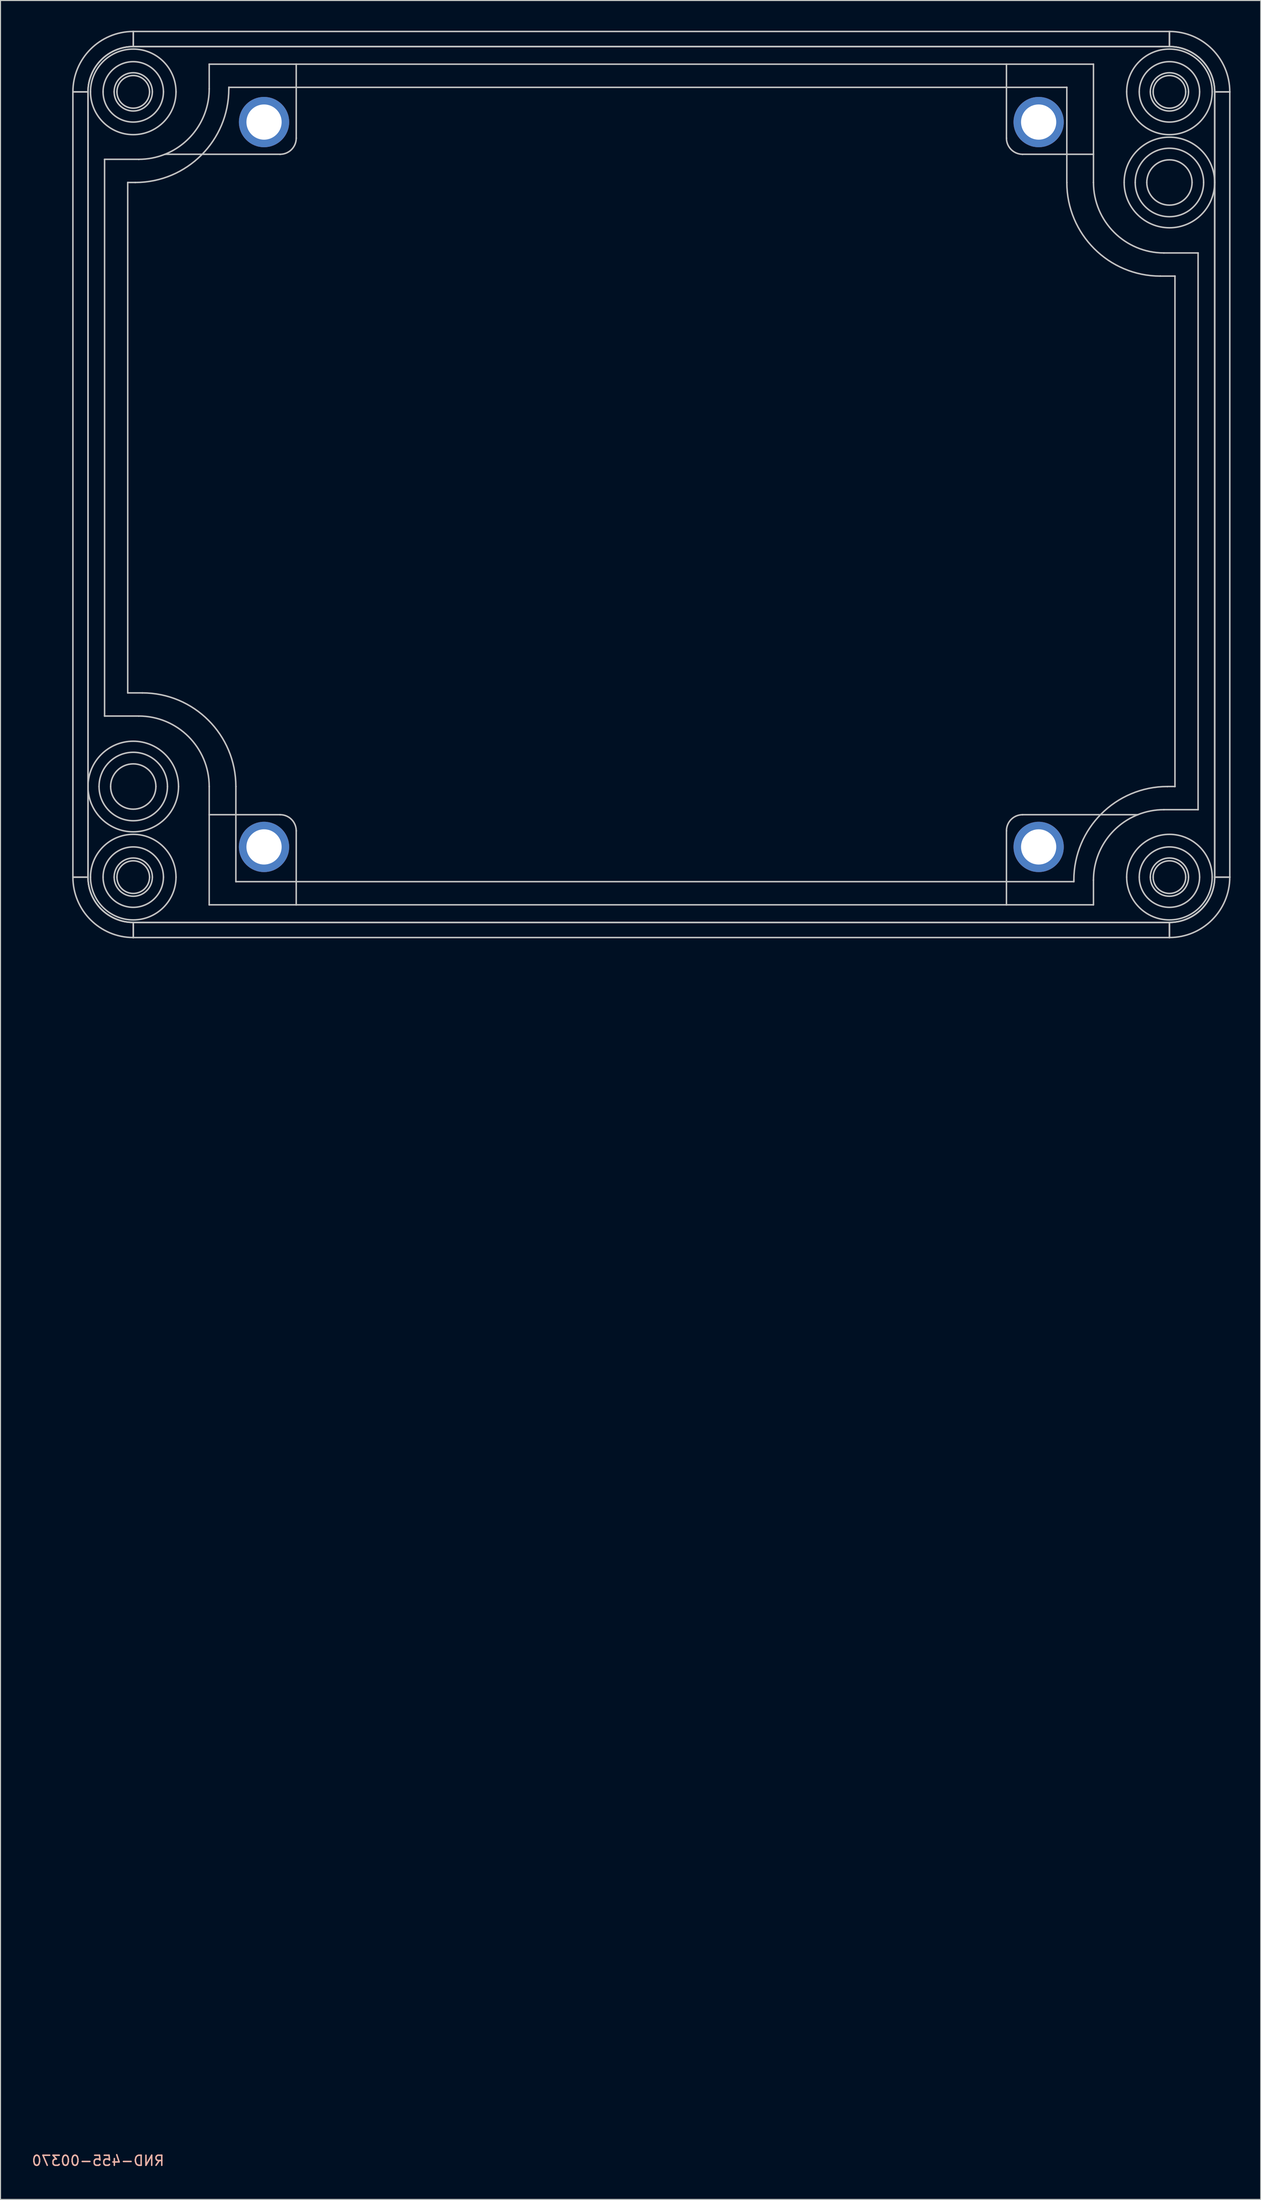
<source format=kicad_pcb>
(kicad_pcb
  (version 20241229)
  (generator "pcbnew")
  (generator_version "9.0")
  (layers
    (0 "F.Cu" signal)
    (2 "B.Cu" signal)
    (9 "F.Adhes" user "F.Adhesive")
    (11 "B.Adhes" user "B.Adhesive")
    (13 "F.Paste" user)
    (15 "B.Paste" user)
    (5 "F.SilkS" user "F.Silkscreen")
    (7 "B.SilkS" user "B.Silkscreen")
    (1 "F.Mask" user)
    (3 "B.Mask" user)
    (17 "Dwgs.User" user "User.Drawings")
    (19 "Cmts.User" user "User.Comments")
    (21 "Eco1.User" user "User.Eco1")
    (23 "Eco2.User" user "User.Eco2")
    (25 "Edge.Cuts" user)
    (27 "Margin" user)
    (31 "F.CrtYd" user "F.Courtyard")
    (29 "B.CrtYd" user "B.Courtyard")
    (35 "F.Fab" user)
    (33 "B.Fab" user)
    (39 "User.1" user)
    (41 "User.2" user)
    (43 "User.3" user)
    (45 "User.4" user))
  (footprint "RND-455-00370"
    (layer "F.Cu")
    (at 10.196 6.075)
    (property "Reference" "RND-455-00370" (at -3.5 205.5 0) (layer "B.SilkS") (effects (font (size 1 1) (thickness 0.15)) (justify mirror)))
    (attr through_hole)
    (fp_line (start -6 0) (end -6 0) (stroke (width 0.15) (type solid)) (layer "Dwgs.User"))
    (fp_line (start -6 0) (end -6 78) (stroke (width 0.15) (type solid)) (layer "Dwgs.User"))
    (fp_line (start -6 0) (end -4.5 0) (stroke (width 0.15) (type solid)) (layer "Dwgs.User"))
    (fp_line (start -6 78) (end -6 78) (stroke (width 0.15) (type solid)) (layer "Dwgs.User"))
    (fp_line (start -6 78) (end -4.5 78) (stroke (width 0.15) (type solid)) (layer "Dwgs.User"))
    (fp_line (start -6 0) (end -6 0) (stroke (width 0.15) (type solid)) (layer "Dwgs.User"))
    (fp_line (start -6 78) (end -6 78) (stroke (width 0.15) (type solid)) (layer "Dwgs.User"))
    (fp_line (start -4.5 0) (end -6 0) (stroke (width 0.15) (type solid)) (layer "Dwgs.User"))
    (fp_line (start -4.5 0) (end -4.5 78) (stroke (width 0.15) (type solid)) (layer "Dwgs.User"))
    (fp_line (start -4.5 78) (end -6 78) (stroke (width 0.15) (type solid)) (layer "Dwgs.User"))
    (fp_line (start -4.5 0) (end -4.5 78) (stroke (width 0.15) (type solid)) (layer "Dwgs.User"))
    (fp_line (start -2.85 6.7) (end -2.85 6.7) (stroke (width 0.15) (type solid)) (layer "Dwgs.User"))
    (fp_line (start -2.85 6.7) (end -2.85 62) (stroke (width 0.15) (type solid)) (layer "Dwgs.User"))
    (fp_line (start -2.85 6.7) (end 0.55 6.7) (stroke (width 0.15) (type solid)) (layer "Dwgs.User"))
    (fp_line (start -2.85 62) (end -2.85 62) (stroke (width 0.15) (type solid)) (layer "Dwgs.User"))
    (fp_line (start -0.55 9) (end -0.55 9) (stroke (width 0.15) (type solid)) (layer "Dwgs.User"))
    (fp_line (start -0.55 9) (end -0.55 59.7) (stroke (width 0.15) (type solid)) (layer "Dwgs.User"))
    (fp_line (start -0.55 59.7) (end -0.55 59.7) (stroke (width 0.15) (type solid)) (layer "Dwgs.User"))
    (fp_line (start -0.55 59.7) (end 0.9 59.7) (stroke (width 0.15) (type solid)) (layer "Dwgs.User"))
    (fp_line (start 0 -6) (end 0 -6) (stroke (width 0.15) (type solid)) (layer "Dwgs.User"))
    (fp_line (start 0 -6) (end 0 -6) (stroke (width 0.15) (type solid)) (layer "Dwgs.User"))
    (fp_line (start 0 -6) (end 0 -4.5) (stroke (width 0.15) (type solid)) (layer "Dwgs.User"))
    (fp_line (start 0 -6) (end 103 -6) (stroke (width 0.15) (type solid)) (layer "Dwgs.User"))
    (fp_line (start 0 -4.5) (end 0 -6) (stroke (width 0.15) (type solid)) (layer "Dwgs.User"))
    (fp_line (start 0 -4.5) (end 103 -4.5) (stroke (width 0.15) (type solid)) (layer "Dwgs.User"))
    (fp_line (start 0 -4.5) (end 103 -4.5) (stroke (width 0.15) (type solid)) (layer "Dwgs.User"))
    (fp_line (start 0 82.5) (end 0 84) (stroke (width 0.15) (type solid)) (layer "Dwgs.User"))
    (fp_line (start 0 82.5) (end 103 82.5) (stroke (width 0.15) (type solid)) (layer "Dwgs.User"))
    (fp_line (start 0 82.5) (end 103 82.5) (stroke (width 0.15) (type solid)) (layer "Dwgs.User"))
    (fp_line (start 0 84) (end 0 82.5) (stroke (width 0.15) (type solid)) (layer "Dwgs.User"))
    (fp_line (start 0 84) (end 0 84) (stroke (width 0.15) (type solid)) (layer "Dwgs.User"))
    (fp_line (start 0 84) (end 0 84) (stroke (width 0.15) (type solid)) (layer "Dwgs.User"))
    (fp_line (start 0 84) (end 103 84) (stroke (width 0.15) (type solid)) (layer "Dwgs.User"))
    (fp_line (start 0.2 9) (end -0.55 9) (stroke (width 0.15) (type solid)) (layer "Dwgs.User"))
    (fp_line (start 0.2 9) (end 0.2 9) (stroke (width 0.15) (type solid)) (layer "Dwgs.User"))
    (fp_line (start 0.55 6.7) (end 0.55 6.7) (stroke (width 0.15) (type solid)) (layer "Dwgs.User"))
    (fp_line (start 0.55 62) (end -2.85 62) (stroke (width 0.15) (type solid)) (layer "Dwgs.User"))
    (fp_line (start 0.55 62) (end 0.55 62) (stroke (width 0.15) (type solid)) (layer "Dwgs.User"))
    (fp_line (start 0.9 59.7) (end 0.9 59.7) (stroke (width 0.15) (type solid)) (layer "Dwgs.User"))
    (fp_line (start 3.148 6.2) (end 3.148 6.2) (stroke (width 0.15) (type solid)) (layer "Dwgs.User"))
    (fp_line (start 7.55 -2.75) (end 7.55 -2.75) (stroke (width 0.15) (type solid)) (layer "Dwgs.User"))
    (fp_line (start 7.55 -2.75) (end 16.2 -2.75) (stroke (width 0.15) (type solid)) (layer "Dwgs.User"))
    (fp_line (start 7.55 -0.3) (end 7.55 -2.75) (stroke (width 0.15) (type solid)) (layer "Dwgs.User"))
    (fp_line (start 7.55 -0.3) (end 7.55 -0.3) (stroke (width 0.15) (type solid)) (layer "Dwgs.User"))
    (fp_line (start 7.55 69) (end 7.55 69) (stroke (width 0.15) (type solid)) (layer "Dwgs.User"))
    (fp_line (start 7.55 71.8) (end 7.55 69) (stroke (width 0.15) (type solid)) (layer "Dwgs.User"))
    (fp_line (start 7.55 71.8) (end 7.55 71.8) (stroke (width 0.15) (type solid)) (layer "Dwgs.User"))
    (fp_line (start 7.55 71.8) (end 14.6 71.8) (stroke (width 0.15) (type solid)) (layer "Dwgs.User"))
    (fp_line (start 7.55 80.75) (end 7.55 71.8) (stroke (width 0.15) (type solid)) (layer "Dwgs.User"))
    (fp_line (start 7.55 80.75) (end 7.55 80.75) (stroke (width 0.15) (type solid)) (layer "Dwgs.User"))
    (fp_line (start 9.5 -0.45) (end 9.5 -0.45) (stroke (width 0.15) (type solid)) (layer "Dwgs.User"))
    (fp_line (start 9.5 -0.45) (end 9.5 -0.3) (stroke (width 0.15) (type solid)) (layer "Dwgs.User"))
    (fp_line (start 9.5 -0.3) (end 9.5 -0.3) (stroke (width 0.15) (type solid)) (layer "Dwgs.User"))
    (fp_line (start 10.2 78.45) (end 10.2 78.45) (stroke (width 0.15) (type solid)) (layer "Dwgs.User"))
    (fp_line (start 10.2 78.45) (end 93.5 78.45) (stroke (width 0.15) (type solid)) (layer "Dwgs.User"))
    (fp_line (start 10.2 69) (end 10.2 69) (stroke (width 0.15) (type solid)) (layer "Dwgs.User"))
    (fp_line (start 10.2 69) (end 10.2 78.45) (stroke (width 0.15) (type solid)) (layer "Dwgs.User"))
    (fp_line (start 14.6 6.2) (end 3.148 6.2) (stroke (width 0.15) (type solid)) (layer "Dwgs.User"))
    (fp_line (start 14.6 6.2) (end 14.6 6.2) (stroke (width 0.15) (type solid)) (layer "Dwgs.User"))
    (fp_line (start 14.6 71.8) (end 14.6 71.8) (stroke (width 0.15) (type solid)) (layer "Dwgs.User"))
    (fp_line (start 16.2 -2.75) (end 16.2 -2.75) (stroke (width 0.15) (type solid)) (layer "Dwgs.User"))
    (fp_line (start 16.2 -2.75) (end 16.2 4.6) (stroke (width 0.15) (type solid)) (layer "Dwgs.User"))
    (fp_line (start 16.2 4.6) (end 16.2 4.6) (stroke (width 0.15) (type solid)) (layer "Dwgs.User"))
    (fp_line (start 16.2 73.4) (end 16.2 73.4) (stroke (width 0.15) (type solid)) (layer "Dwgs.User"))
    (fp_line (start 16.2 73.4) (end 16.2 80.75) (stroke (width 0.15) (type solid)) (layer "Dwgs.User"))
    (fp_line (start 16.2 80.75) (end 7.55 80.75) (stroke (width 0.15) (type solid)) (layer "Dwgs.User"))
    (fp_line (start 16.2 80.75) (end 16.2 80.75) (stroke (width 0.15) (type solid)) (layer "Dwgs.User"))
    (fp_line (start 16.2 80.75) (end 86.8 80.75) (stroke (width 0.15) (type solid)) (layer "Dwgs.User"))
    (fp_line (start 86.8 73.4) (end 86.8 73.4) (stroke (width 0.15) (type solid)) (layer "Dwgs.User"))
    (fp_line (start 86.8 80.75) (end 86.8 80.75) (stroke (width 0.15) (type solid)) (layer "Dwgs.User"))
    (fp_line (start 86.8 -2.75) (end 16.2 -2.75) (stroke (width 0.15) (type solid)) (layer "Dwgs.User"))
    (fp_line (start 86.8 -2.75) (end 86.8 -2.75) (stroke (width 0.15) (type solid)) (layer "Dwgs.User"))
    (fp_line (start 86.8 -2.75) (end 95.45 -2.75) (stroke (width 0.15) (type solid)) (layer "Dwgs.User"))
    (fp_line (start 86.8 4.6) (end 86.8 -2.75) (stroke (width 0.15) (type solid)) (layer "Dwgs.User"))
    (fp_line (start 86.8 4.6) (end 86.8 4.6) (stroke (width 0.15) (type solid)) (layer "Dwgs.User"))
    (fp_line (start 86.8 80.75) (end 86.8 73.4) (stroke (width 0.15) (type solid)) (layer "Dwgs.User"))
    (fp_line (start 88.4 71.8) (end 88.4 71.8) (stroke (width 0.15) (type solid)) (layer "Dwgs.User"))
    (fp_line (start 88.4 71.8) (end 99.852 71.8) (stroke (width 0.15) (type solid)) (layer "Dwgs.User"))
    (fp_line (start 88.4 6.2) (end 88.4 6.2) (stroke (width 0.15) (type solid)) (layer "Dwgs.User"))
    (fp_line (start 92.8 9) (end 92.8 9) (stroke (width 0.15) (type solid)) (layer "Dwgs.User"))
    (fp_line (start 92.8 9) (end 92.8 -0.45) (stroke (width 0.15) (type solid)) (layer "Dwgs.User"))
    (fp_line (start 92.8 -0.45) (end 9.5 -0.45) (stroke (width 0.15) (type solid)) (layer "Dwgs.User"))
    (fp_line (start 92.8 -0.45) (end 92.8 -0.45) (stroke (width 0.15) (type solid)) (layer "Dwgs.User"))
    (fp_line (start 93.5 78.3) (end 93.5 78.3) (stroke (width 0.15) (type solid)) (layer "Dwgs.User"))
    (fp_line (start 93.5 78.45) (end 93.5 78.3) (stroke (width 0.15) (type solid)) (layer "Dwgs.User"))
    (fp_line (start 93.5 78.45) (end 93.5 78.45) (stroke (width 0.15) (type solid)) (layer "Dwgs.User"))
    (fp_line (start 95.45 -2.75) (end 95.45 -2.75) (stroke (width 0.15) (type solid)) (layer "Dwgs.User"))
    (fp_line (start 95.45 -2.75) (end 95.45 6.2) (stroke (width 0.15) (type solid)) (layer "Dwgs.User"))
    (fp_line (start 95.45 6.2) (end 88.4 6.2) (stroke (width 0.15) (type solid)) (layer "Dwgs.User"))
    (fp_line (start 95.45 6.2) (end 95.45 6.2) (stroke (width 0.15) (type solid)) (layer "Dwgs.User"))
    (fp_line (start 95.45 6.2) (end 95.45 9) (stroke (width 0.15) (type solid)) (layer "Dwgs.User"))
    (fp_line (start 95.45 9) (end 95.45 9) (stroke (width 0.15) (type solid)) (layer "Dwgs.User"))
    (fp_line (start 95.45 78.3) (end 95.45 78.3) (stroke (width 0.15) (type solid)) (layer "Dwgs.User"))
    (fp_line (start 95.45 78.3) (end 95.45 80.75) (stroke (width 0.15) (type solid)) (layer "Dwgs.User"))
    (fp_line (start 95.45 80.75) (end 86.8 80.75) (stroke (width 0.15) (type solid)) (layer "Dwgs.User"))
    (fp_line (start 95.45 80.75) (end 95.45 80.75) (stroke (width 0.15) (type solid)) (layer "Dwgs.User"))
    (fp_line (start 99.852 71.8) (end 99.852 71.8) (stroke (width 0.15) (type solid)) (layer "Dwgs.User"))
    (fp_line (start 102.1 18.3) (end 102.1 18.3) (stroke (width 0.15) (type solid)) (layer "Dwgs.User"))
    (fp_line (start 102.45 16) (end 102.45 16) (stroke (width 0.15) (type solid)) (layer "Dwgs.User"))
    (fp_line (start 102.45 16) (end 105.85 16) (stroke (width 0.15) (type solid)) (layer "Dwgs.User"))
    (fp_line (start 102.45 71.3) (end 102.45 71.3) (stroke (width 0.15) (type solid)) (layer "Dwgs.User"))
    (fp_line (start 102.8 69) (end 102.8 69) (stroke (width 0.15) (type solid)) (layer "Dwgs.User"))
    (fp_line (start 102.8 69) (end 103.55 69) (stroke (width 0.15) (type solid)) (layer "Dwgs.User"))
    (fp_line (start 103 -6) (end 103 -6) (stroke (width 0.15) (type solid)) (layer "Dwgs.User"))
    (fp_line (start 103 -6) (end 103 -6) (stroke (width 0.15) (type solid)) (layer "Dwgs.User"))
    (fp_line (start 103 -6) (end 103 -4.5) (stroke (width 0.15) (type solid)) (layer "Dwgs.User"))
    (fp_line (start 103 -4.5) (end 103 -6) (stroke (width 0.15) (type solid)) (layer "Dwgs.User"))
    (fp_line (start 103 82.5) (end 103 84) (stroke (width 0.15) (type solid)) (layer "Dwgs.User"))
    (fp_line (start 103 84) (end 103 82.5) (stroke (width 0.15) (type solid)) (layer "Dwgs.User"))
    (fp_line (start 103 84) (end 103 84) (stroke (width 0.15) (type solid)) (layer "Dwgs.User"))
    (fp_line (start 103 84) (end 103 84) (stroke (width 0.15) (type solid)) (layer "Dwgs.User"))
    (fp_line (start 103.55 18.3) (end 102.1 18.3) (stroke (width 0.15) (type solid)) (layer "Dwgs.User"))
    (fp_line (start 103.55 18.3) (end 103.55 18.3) (stroke (width 0.15) (type solid)) (layer "Dwgs.User"))
    (fp_line (start 103.55 69) (end 103.55 18.3) (stroke (width 0.15) (type solid)) (layer "Dwgs.User"))
    (fp_line (start 103.55 69) (end 103.55 69) (stroke (width 0.15) (type solid)) (layer "Dwgs.User"))
    (fp_line (start 105.85 16) (end 105.85 16) (stroke (width 0.15) (type solid)) (layer "Dwgs.User"))
    (fp_line (start 105.85 71.3) (end 102.45 71.3) (stroke (width 0.15) (type solid)) (layer "Dwgs.User"))
    (fp_line (start 105.85 71.3) (end 105.85 16) (stroke (width 0.15) (type solid)) (layer "Dwgs.User"))
    (fp_line (start 105.85 71.3) (end 105.85 71.3) (stroke (width 0.15) (type solid)) (layer "Dwgs.User"))
    (fp_line (start 107.5 0) (end 107.5 78) (stroke (width 0.15) (type solid)) (layer "Dwgs.User"))
    (fp_line (start 107.5 0) (end 107.5 78) (stroke (width 0.15) (type solid)) (layer "Dwgs.User"))
    (fp_line (start 107.5 0) (end 109 0) (stroke (width 0.15) (type solid)) (layer "Dwgs.User"))
    (fp_line (start 107.5 78) (end 109 78) (stroke (width 0.15) (type solid)) (layer "Dwgs.User"))
    (fp_line (start 109 0) (end 107.5 0) (stroke (width 0.15) (type solid)) (layer "Dwgs.User"))
    (fp_line (start 109 0) (end 109 0) (stroke (width 0.15) (type solid)) (layer "Dwgs.User"))
    (fp_line (start 109 0) (end 109 78) (stroke (width 0.15) (type solid)) (layer "Dwgs.User"))
    (fp_line (start 109 78) (end 107.5 78) (stroke (width 0.15) (type solid)) (layer "Dwgs.User"))
    (fp_line (start 109 78) (end 109 78) (stroke (width 0.15) (type solid)) (layer "Dwgs.User"))
    (fp_line (start 109 0) (end 109 0) (stroke (width 0.15) (type solid)) (layer "Dwgs.User"))
    (fp_line (start 109 78) (end 109 78) (stroke (width 0.15) (type solid)) (layer "Dwgs.User"))
    (fp_arc (start -5.999999 -0.000002) (mid -4.242639 -4.242641) (end 0.000002 -5.999999) (stroke (width 0.15) (type solid)) (layer "Dwgs.User"))
    (fp_arc (start -4.499999 -0.000001) (mid -3.181979 -3.181981) (end 0.000001 -4.499999) (stroke (width 0.15) (type solid)) (layer "Dwgs.User"))
    (fp_arc (start -4.499999 -0.000001) (mid -3.181979 -3.181981) (end 0.000001 -4.499999) (stroke (width 0.15) (type solid)) (layer "Dwgs.User"))
    (fp_arc (start -4.499999 68.999998) (mid 0.000001 64.500001) (end 4.499999 69) (stroke (width 0.15) (type solid)) (layer "Dwgs.User"))
    (fp_arc (start -4.249999 -0.000001) (mid 0 -4.249999) (end 4.249999 0) (stroke (width 0.15) (type solid)) (layer "Dwgs.User"))
    (fp_arc (start -4.249999 77.999998) (mid 0.000001 73.750001) (end 4.249999 78.000001) (stroke (width 0.15) (type solid)) (layer "Dwgs.User"))
    (fp_arc (start -3.399999 68.999998) (mid 0.000002 65.600001) (end 3.399999 69.000001) (stroke (width 0.15) (type solid)) (layer "Dwgs.User"))
    (fp_arc (start -2.999999 -0.000001) (mid 0.000001 -2.999999) (end 2.999999 0) (stroke (width 0.15) (type solid)) (layer "Dwgs.User"))
    (fp_arc (start -2.999999 77.999998) (mid 0.000002 75.000001) (end 2.999999 78.000001) (stroke (width 0.15) (type solid)) (layer "Dwgs.User"))
    (fp_arc (start -2.249999 68.999999) (mid 0 66.750001) (end 2.249999 69) (stroke (width 0.15) (type solid)) (layer "Dwgs.User"))
    (fp_arc (start -1.899999 0) (mid 0 -1.899999) (end 1.899999 -0.000001) (stroke (width 0.15) (type solid)) (layer "Dwgs.User"))
    (fp_arc (start -1.899999 77.999999) (mid 0.000001 76.100001) (end 1.899999 78) (stroke (width 0.15) (type solid)) (layer "Dwgs.User"))
    (fp_arc (start -1.621124 0) (mid -0.000001 -1.621124) (end 1.621124 -0.000001) (stroke (width 0.15) (type solid)) (layer "Dwgs.User"))
    (fp_arc (start -1.621124 77.999999) (mid 0 76.378876) (end 1.621124 78) (stroke (width 0.15) (type solid)) (layer "Dwgs.User"))
    (fp_arc (start 0.000002 82.499999) (mid -3.18198 81.18198) (end -4.5 77.999998) (stroke (width 0.15) (type solid)) (layer "Dwgs.User"))
    (fp_arc (start 0.000002 82.499999) (mid -3.181979 81.18198) (end -4.499999 77.999999) (stroke (width 0.15) (type solid)) (layer "Dwgs.User"))
    (fp_arc (start 0.000002 83.999999) (mid -4.24264 82.24264) (end -5.999999 77.999998) (stroke (width 0.15) (type solid)) (layer "Dwgs.User"))
    (fp_arc (start 0.550003 62) (mid 5.499749 64.050254) (end 7.55 69.000001) (stroke (width 0.15) (type solid)) (layer "Dwgs.User"))
    (fp_arc (start 0.900004 59.7) (mid 7.476095 62.423908) (end 10.200001 69) (stroke (width 0.15) (type solid)) (layer "Dwgs.User"))
    (fp_arc (start 1.621125 0) (mid -0.000001 1.621125) (end -1.621125 -0.000001) (stroke (width 0.15) (type solid)) (layer "Dwgs.User"))
    (fp_arc (start 1.621125 78) (mid -0.000001 79.621125) (end -1.621125 77.999999) (stroke (width 0.15) (type solid)) (layer "Dwgs.User"))
    (fp_arc (start 1.9 0) (mid 0 1.9) (end -1.9 -0.000001) (stroke (width 0.15) (type solid)) (layer "Dwgs.User"))
    (fp_arc (start 1.9 78) (mid 0 79.9) (end -1.9 77.999999) (stroke (width 0.15) (type solid)) (layer "Dwgs.User"))
    (fp_arc (start 2.25 69) (mid -0.000001 71.25) (end -2.25 68.999999) (stroke (width 0.15) (type solid)) (layer "Dwgs.User"))
    (fp_arc (start 3 0) (mid 0 3) (end -3 -0.000001) (stroke (width 0.15) (type solid)) (layer "Dwgs.User"))
    (fp_arc (start 3 78) (mid 0 81) (end -3 77.999999) (stroke (width 0.15) (type solid)) (layer "Dwgs.User"))
    (fp_arc (start 3.148077 6.2) (mid 1.872877 6.573864) (end 0.550002 6.7) (stroke (width 0.15) (type solid)) (layer "Dwgs.User"))
    (fp_arc (start 3.4 69) (mid -0.000001 72.4) (end -3.4 68.999999) (stroke (width 0.15) (type solid)) (layer "Dwgs.User"))
    (fp_arc (start 4.25 0) (mid -0.000001 4.25) (end -4.25 -0.000001) (stroke (width 0.15) (type solid)) (layer "Dwgs.User"))
    (fp_arc (start 4.25 78) (mid -0.000001 82.25) (end -4.25 77.999999) (stroke (width 0.15) (type solid)) (layer "Dwgs.User"))
    (fp_arc (start 4.500001 69) (mid -0.000001 73.500001) (end -4.500001 68.999998) (stroke (width 0.15) (type solid)) (layer "Dwgs.User"))
    (fp_arc (start 7.55 -0.3) (mid 6.34597 3.625141) (end 3.148077 6.2) (stroke (width 0.15) (type solid)) (layer "Dwgs.User"))
    (fp_arc (start 9.5 -0.3) (mid 6.776094 6.276092) (end 0.200003 9) (stroke (width 0.15) (type solid)) (layer "Dwgs.User"))
    (fp_arc (start 11.400001 3) (mid 12.999999 1.400001) (end 14.599999 2.999999) (stroke (width 0.15) (type solid)) (layer "Dwgs.User"))
    (fp_arc (start 11.400001 74.999999) (mid 13 73.400001) (end 14.599999 75) (stroke (width 0.15) (type solid)) (layer "Dwgs.User"))
    (fp_arc (start 14.6 3) (mid 12.999999 4.6) (end 11.4 2.999999) (stroke (width 0.15) (type solid)) (layer "Dwgs.User"))
    (fp_arc (start 14.6 75) (mid 12.999999 76.6) (end 11.4 74.999999) (stroke (width 0.15) (type solid)) (layer "Dwgs.User"))
    (fp_arc (start 14.600001 71.8) (mid 15.731371 72.26863) (end 16.2 73.4) (stroke (width 0.15) (type solid)) (layer "Dwgs.User"))
    (fp_arc (start 16.2 4.6) (mid 15.731371 5.73137) (end 14.600001 6.2) (stroke (width 0.15) (type solid)) (layer "Dwgs.User"))
    (fp_arc (start 86.8 73.399999) (mid 87.26863 72.268629) (end 88.4 71.800001) (stroke (width 0.15) (type solid)) (layer "Dwgs.User"))
    (fp_arc (start 88.4 3) (mid 90 1.4) (end 91.6 2.999999) (stroke (width 0.15) (type solid)) (layer "Dwgs.User"))
    (fp_arc (start 88.4 6.2) (mid 87.26863 5.731371) (end 86.800001 4.6) (stroke (width 0.15) (type solid)) (layer "Dwgs.User"))
    (fp_arc (start 88.4 74.999999) (mid 90.000001 73.4) (end 91.6 75) (stroke (width 0.15) (type solid)) (layer "Dwgs.User"))
    (fp_arc (start 91.6 3) (mid 89.999999 4.6) (end 88.4 2.999999) (stroke (width 0.15) (type solid)) (layer "Dwgs.User"))
    (fp_arc (start 91.6 75) (mid 89.999999 76.6) (end 88.4 74.999999) (stroke (width 0.15) (type solid)) (layer "Dwgs.User"))
    (fp_arc (start 93.5 78.299996) (mid 96.22391 71.723904) (end 102.800004 69) (stroke (width 0.15) (type solid)) (layer "Dwgs.User"))
    (fp_arc (start 95.45 78.299997) (mid 96.65403 74.374859) (end 99.851921 71.800001) (stroke (width 0.15) (type solid)) (layer "Dwgs.User"))
    (fp_arc (start 98.5 8.999999) (mid 103 4.5) (end 107.5 8.999999) (stroke (width 0.15) (type solid)) (layer "Dwgs.User"))
    (fp_arc (start 98.75 -0.000001) (mid 103 -4.25) (end 107.25 0) (stroke (width 0.15) (type solid)) (layer "Dwgs.User"))
    (fp_arc (start 98.75 77.999998) (mid 103.000001 73.75) (end 107.25 78.000001) (stroke (width 0.15) (type solid)) (layer "Dwgs.User"))
    (fp_arc (start 99.6 8.999999) (mid 103 5.6) (end 106.4 9) (stroke (width 0.15) (type solid)) (layer "Dwgs.User"))
    (fp_arc (start 99.85192 71.800001) (mid 101.127123 71.426136) (end 102.450002 71.3) (stroke (width 0.15) (type solid)) (layer "Dwgs.User"))
    (fp_arc (start 100 -0.000001) (mid 103.000001 -3) (end 106 0) (stroke (width 0.15) (type solid)) (layer "Dwgs.User"))
    (fp_arc (start 100 77.999998) (mid 103.000002 75) (end 106 78.000001) (stroke (width 0.15) (type solid)) (layer "Dwgs.User"))
    (fp_arc (start 100.75 9) (mid 102.999999 6.75) (end 105.25 8.999999) (stroke (width 0.15) (type solid)) (layer "Dwgs.User"))
    (fp_arc (start 101.1 0) (mid 103 -1.9) (end 104.9 -0.000001) (stroke (width 0.15) (type solid)) (layer "Dwgs.User"))
    (fp_arc (start 101.1 77.999999) (mid 103.000001 76.1) (end 104.9 78) (stroke (width 0.15) (type solid)) (layer "Dwgs.User"))
    (fp_arc (start 101.378875 0) (mid 102.999999 -1.621125) (end 104.621125 -0.000001) (stroke (width 0.15) (type solid)) (layer "Dwgs.User"))
    (fp_arc (start 101.378875 77.999999) (mid 103 76.378875) (end 104.621125 78) (stroke (width 0.15) (type solid)) (layer "Dwgs.User"))
    (fp_arc (start 102.100003 18.3) (mid 95.523907 15.576094) (end 92.799999 8.999998) (stroke (width 0.15) (type solid)) (layer "Dwgs.User"))
    (fp_arc (start 102.450002 16) (mid 97.500253 13.949747) (end 95.450001 8.999998) (stroke (width 0.15) (type solid)) (layer "Dwgs.User"))
    (fp_arc (start 103.000001 -5.999999) (mid 107.24264 -4.24264) (end 108.999999 -0.000001) (stroke (width 0.15) (type solid)) (layer "Dwgs.User"))
    (fp_arc (start 103.000001 -4.499999) (mid 106.18198 -3.181979) (end 107.499999 0) (stroke (width 0.15) (type solid)) (layer "Dwgs.User"))
    (fp_arc (start 103.000001 -4.499999) (mid 106.18198 -3.181979) (end 107.499999 0) (stroke (width 0.15) (type solid)) (layer "Dwgs.User"))
    (fp_arc (start 104.621125 0) (mid 102.999999 1.621125) (end 101.378875 -0.000001) (stroke (width 0.15) (type solid)) (layer "Dwgs.User"))
    (fp_arc (start 104.621125 78) (mid 102.999999 79.621125) (end 101.378875 77.999999) (stroke (width 0.15) (type solid)) (layer "Dwgs.User"))
    (fp_arc (start 104.9 0) (mid 103 1.9) (end 101.1 -0.000001) (stroke (width 0.15) (type solid)) (layer "Dwgs.User"))
    (fp_arc (start 104.9 78) (mid 103 79.9) (end 101.1 77.999999) (stroke (width 0.15) (type solid)) (layer "Dwgs.User"))
    (fp_arc (start 105.25 9) (mid 102.999999 11.25) (end 100.75 8.999999) (stroke (width 0.15) (type solid)) (layer "Dwgs.User"))
    (fp_arc (start 105.999999 0) (mid 102.999999 2.999999) (end 100.000001 -0.000001) (stroke (width 0.15) (type solid)) (layer "Dwgs.User"))
    (fp_arc (start 105.999999 78) (mid 102.999999 80.999999) (end 100.000001 77.999999) (stroke (width 0.15) (type solid)) (layer "Dwgs.User"))
    (fp_arc (start 106.4 9) (mid 102.999999 12.4) (end 99.6 8.999999) (stroke (width 0.15) (type solid)) (layer "Dwgs.User"))
    (fp_arc (start 107.25 0) (mid 102.999999 4.25) (end 98.75 -0.000001) (stroke (width 0.15) (type solid)) (layer "Dwgs.User"))
    (fp_arc (start 107.25 78) (mid 102.999999 82.25) (end 98.75 77.999999) (stroke (width 0.15) (type solid)) (layer "Dwgs.User"))
    (fp_arc (start 107.499999 78) (mid 106.18198 81.181979) (end 103.000001 82.499999) (stroke (width 0.15) (type solid)) (layer "Dwgs.User"))
    (fp_arc (start 107.5 9) (mid 102.999999 13.5) (end 98.5 8.999998) (stroke (width 0.15) (type solid)) (layer "Dwgs.User"))
    (fp_arc (start 107.5 78) (mid 106.181981 81.18198) (end 103.000001 82.5) (stroke (width 0.15) (type solid)) (layer "Dwgs.User"))
    (fp_arc (start 108.999999 78) (mid 107.242641 82.242639) (end 103.000002 83.999999) (stroke (width 0.15) (type solid)) (layer "Dwgs.User"))
    (pad "1" thru_hole circle (at 13 3 90) (size 5 5) (drill 3.5) (layers "*.Cu" "*.Mask"))
    (pad "1" thru_hole circle (at 13 75 90) (size 5 5) (drill 3.5) (layers "*.Cu" "*.Mask"))
    (pad "1" thru_hole circle (at 90 3 90) (size 5 5) (drill 3.5) (layers "*.Cu" "*.Mask"))
    (pad "1" thru_hole circle (at 90 75 90) (size 5 5) (drill 3.5) (layers "*.Cu" "*.Mask")))
  (gr_rect
    (start -3 -3)
    (end 122.271 215.423)
    (stroke (width 0.1) (type default))
    (fill no)
    (layer "Edge.Cuts")))
</source>
